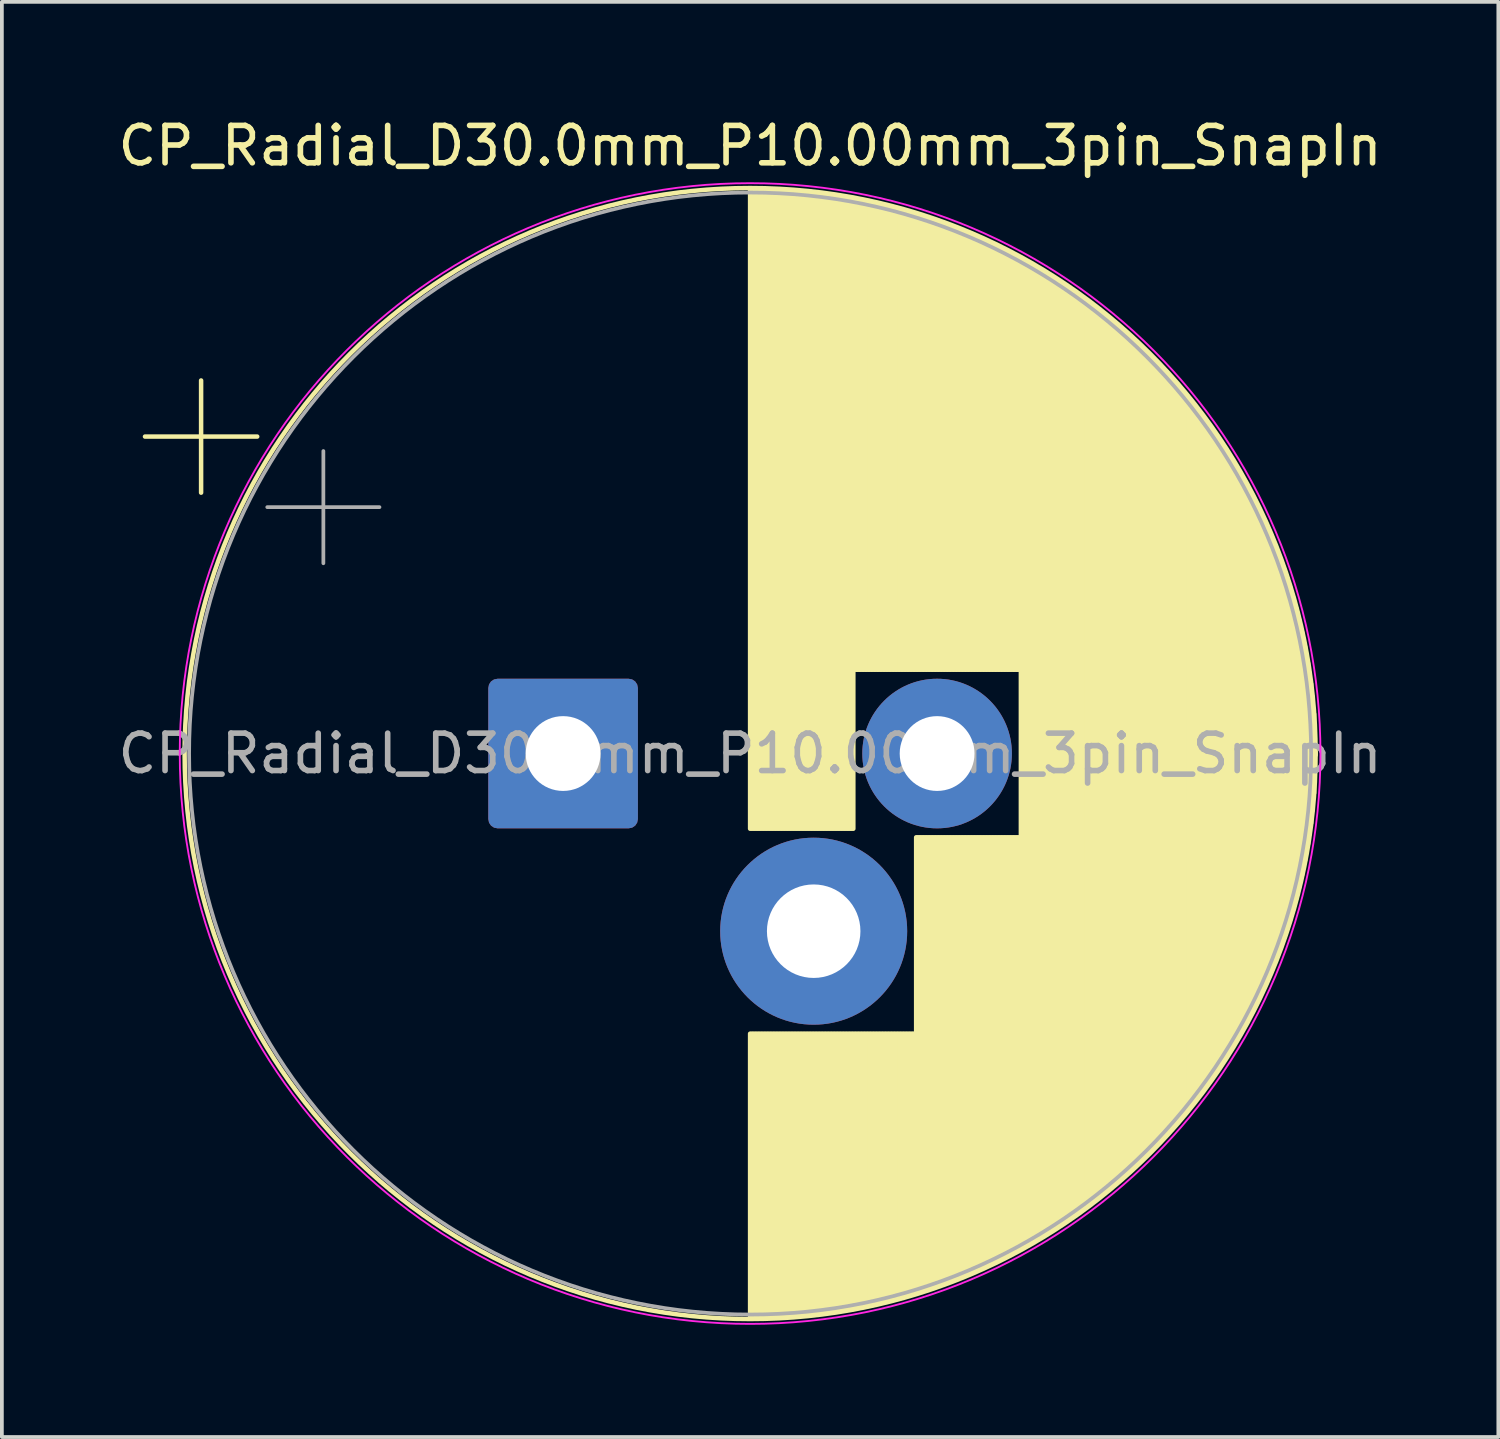
<source format=kicad_pcb>
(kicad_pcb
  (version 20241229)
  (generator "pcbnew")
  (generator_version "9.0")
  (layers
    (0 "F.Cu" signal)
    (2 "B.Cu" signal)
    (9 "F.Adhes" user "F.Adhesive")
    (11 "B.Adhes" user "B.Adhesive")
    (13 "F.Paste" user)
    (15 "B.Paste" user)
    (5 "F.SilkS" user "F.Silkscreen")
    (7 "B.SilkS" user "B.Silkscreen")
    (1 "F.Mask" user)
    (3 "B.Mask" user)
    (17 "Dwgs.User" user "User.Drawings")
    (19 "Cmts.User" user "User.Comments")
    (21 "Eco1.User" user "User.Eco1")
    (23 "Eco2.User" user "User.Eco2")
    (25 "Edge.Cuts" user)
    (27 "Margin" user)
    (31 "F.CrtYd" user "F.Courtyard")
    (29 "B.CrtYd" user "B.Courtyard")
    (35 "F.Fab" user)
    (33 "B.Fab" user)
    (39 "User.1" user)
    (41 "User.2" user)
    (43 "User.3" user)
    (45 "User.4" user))
  (footprint "CP_Radial_D30.0mm_P10.00mm_3pin_SnapIn"
    (layer "F.Cu")
    (at 12.006 17.098)
    (property "Reference" "CP_Radial_D30.0mm_P10.00mm_3pin_SnapIn" (at 5 -16.25 0) (layer "F.SilkS") (effects (font (size 1 1) (thickness 0.15))))
    (attr through_hole)
    (fp_line (start -11.179 -8.475) (end -8.179 -8.475) (stroke (width 0.12) (type solid)) (layer "F.SilkS"))
    (fp_line (start -9.679 -9.975) (end -9.679 -6.975) (stroke (width 0.12) (type solid)) (layer "F.SilkS"))
    (fp_line (start 5 -15.08) (end 5 2.01) (stroke (width 0.12) (type solid)) (layer "F.SilkS"))
    (fp_line (start 5 7.49) (end 5 15.08) (stroke (width 0.12) (type solid)) (layer "F.SilkS"))
    (fp_line (start 5.04 -15.08) (end 5.04 2.01) (stroke (width 0.12) (type solid)) (layer "F.SilkS"))
    (fp_line (start 5.04 7.49) (end 5.04 15.08) (stroke (width 0.12) (type solid)) (layer "F.SilkS"))
    (fp_line (start 5.08 -15.08) (end 5.08 2.01) (stroke (width 0.12) (type solid)) (layer "F.SilkS"))
    (fp_line (start 5.08 7.49) (end 5.08 15.08) (stroke (width 0.12) (type solid)) (layer "F.SilkS"))
    (fp_line (start 5.12 -15.08) (end 5.12 2.01) (stroke (width 0.12) (type solid)) (layer "F.SilkS"))
    (fp_line (start 5.12 7.49) (end 5.12 15.08) (stroke (width 0.12) (type solid)) (layer "F.SilkS"))
    (fp_line (start 5.16 -15.079) (end 5.16 2.01) (stroke (width 0.12) (type solid)) (layer "F.SilkS"))
    (fp_line (start 5.16 7.49) (end 5.16 15.079) (stroke (width 0.12) (type solid)) (layer "F.SilkS"))
    (fp_line (start 5.2 -15.079) (end 5.2 2.01) (stroke (width 0.12) (type solid)) (layer "F.SilkS"))
    (fp_line (start 5.2 7.49) (end 5.2 15.079) (stroke (width 0.12) (type solid)) (layer "F.SilkS"))
    (fp_line (start 5.24 -15.078) (end 5.24 2.01) (stroke (width 0.12) (type solid)) (layer "F.SilkS"))
    (fp_line (start 5.24 7.49) (end 5.24 15.078) (stroke (width 0.12) (type solid)) (layer "F.SilkS"))
    (fp_line (start 5.28 -15.077) (end 5.28 2.01) (stroke (width 0.12) (type solid)) (layer "F.SilkS"))
    (fp_line (start 5.28 7.49) (end 5.28 15.077) (stroke (width 0.12) (type solid)) (layer "F.SilkS"))
    (fp_line (start 5.32 -15.077) (end 5.32 2.01) (stroke (width 0.12) (type solid)) (layer "F.SilkS"))
    (fp_line (start 5.32 7.49) (end 5.32 15.077) (stroke (width 0.12) (type solid)) (layer "F.SilkS"))
    (fp_line (start 5.36 -15.076) (end 5.36 2.01) (stroke (width 0.12) (type solid)) (layer "F.SilkS"))
    (fp_line (start 5.36 7.49) (end 5.36 15.076) (stroke (width 0.12) (type solid)) (layer "F.SilkS"))
    (fp_line (start 5.4 -15.075) (end 5.4 2.01) (stroke (width 0.12) (type solid)) (layer "F.SilkS"))
    (fp_line (start 5.4 7.49) (end 5.4 15.075) (stroke (width 0.12) (type solid)) (layer "F.SilkS"))
    (fp_line (start 5.44 -15.074) (end 5.44 2.01) (stroke (width 0.12) (type solid)) (layer "F.SilkS"))
    (fp_line (start 5.44 7.49) (end 5.44 15.074) (stroke (width 0.12) (type solid)) (layer "F.SilkS"))
    (fp_line (start 5.48 -15.072) (end 5.48 2.01) (stroke (width 0.12) (type solid)) (layer "F.SilkS"))
    (fp_line (start 5.48 7.49) (end 5.48 15.072) (stroke (width 0.12) (type solid)) (layer "F.SilkS"))
    (fp_line (start 5.52 -15.071) (end 5.52 2.01) (stroke (width 0.12) (type solid)) (layer "F.SilkS"))
    (fp_line (start 5.52 7.49) (end 5.52 15.071) (stroke (width 0.12) (type solid)) (layer "F.SilkS"))
    (fp_line (start 5.56 -15.07) (end 5.56 2.01) (stroke (width 0.12) (type solid)) (layer "F.SilkS"))
    (fp_line (start 5.56 7.49) (end 5.56 15.07) (stroke (width 0.12) (type solid)) (layer "F.SilkS"))
    (fp_line (start 5.6 -15.068) (end 5.6 2.01) (stroke (width 0.12) (type solid)) (layer "F.SilkS"))
    (fp_line (start 5.6 7.49) (end 5.6 15.068) (stroke (width 0.12) (type solid)) (layer "F.SilkS"))
    (fp_line (start 5.64 -15.066) (end 5.64 2.01) (stroke (width 0.12) (type solid)) (layer "F.SilkS"))
    (fp_line (start 5.64 7.49) (end 5.64 15.066) (stroke (width 0.12) (type solid)) (layer "F.SilkS"))
    (fp_line (start 5.68 -15.065) (end 5.68 2.01) (stroke (width 0.12) (type solid)) (layer "F.SilkS"))
    (fp_line (start 5.68 7.49) (end 5.68 15.065) (stroke (width 0.12) (type solid)) (layer "F.SilkS"))
    (fp_line (start 5.72 -15.063) (end 5.72 2.01) (stroke (width 0.12) (type solid)) (layer "F.SilkS"))
    (fp_line (start 5.72 7.49) (end 5.72 15.063) (stroke (width 0.12) (type solid)) (layer "F.SilkS"))
    (fp_line (start 5.76 -15.061) (end 5.76 2.01) (stroke (width 0.12) (type solid)) (layer "F.SilkS"))
    (fp_line (start 5.76 7.49) (end 5.76 15.061) (stroke (width 0.12) (type solid)) (layer "F.SilkS"))
    (fp_line (start 5.8 -15.059) (end 5.8 2.01) (stroke (width 0.12) (type solid)) (layer "F.SilkS"))
    (fp_line (start 5.8 7.49) (end 5.8 15.059) (stroke (width 0.12) (type solid)) (layer "F.SilkS"))
    (fp_line (start 5.84 -15.057) (end 5.84 2.01) (stroke (width 0.12) (type solid)) (layer "F.SilkS"))
    (fp_line (start 5.84 7.49) (end 5.84 15.057) (stroke (width 0.12) (type solid)) (layer "F.SilkS"))
    (fp_line (start 5.88 -15.054) (end 5.88 2.01) (stroke (width 0.12) (type solid)) (layer "F.SilkS"))
    (fp_line (start 5.88 7.49) (end 5.88 15.054) (stroke (width 0.12) (type solid)) (layer "F.SilkS"))
    (fp_line (start 5.92 -15.052) (end 5.92 2.01) (stroke (width 0.12) (type solid)) (layer "F.SilkS"))
    (fp_line (start 5.92 7.49) (end 5.92 15.052) (stroke (width 0.12) (type solid)) (layer "F.SilkS"))
    (fp_line (start 5.96 -15.049) (end 5.96 2.01) (stroke (width 0.12) (type solid)) (layer "F.SilkS"))
    (fp_line (start 5.96 7.49) (end 5.96 15.049) (stroke (width 0.12) (type solid)) (layer "F.SilkS"))
    (fp_line (start 6 -15.047) (end 6 2.01) (stroke (width 0.12) (type solid)) (layer "F.SilkS"))
    (fp_line (start 6 7.49) (end 6 15.047) (stroke (width 0.12) (type solid)) (layer "F.SilkS"))
    (fp_line (start 6.04 -15.044) (end 6.04 2.01) (stroke (width 0.12) (type solid)) (layer "F.SilkS"))
    (fp_line (start 6.04 7.49) (end 6.04 15.044) (stroke (width 0.12) (type solid)) (layer "F.SilkS"))
    (fp_line (start 6.08 -15.041) (end 6.08 2.01) (stroke (width 0.12) (type solid)) (layer "F.SilkS"))
    (fp_line (start 6.08 7.49) (end 6.08 15.041) (stroke (width 0.12) (type solid)) (layer "F.SilkS"))
    (fp_line (start 6.12 -15.038) (end 6.12 2.01) (stroke (width 0.12) (type solid)) (layer "F.SilkS"))
    (fp_line (start 6.12 7.49) (end 6.12 15.038) (stroke (width 0.12) (type solid)) (layer "F.SilkS"))
    (fp_line (start 6.16 -15.035) (end 6.16 2.01) (stroke (width 0.12) (type solid)) (layer "F.SilkS"))
    (fp_line (start 6.16 7.49) (end 6.16 15.035) (stroke (width 0.12) (type solid)) (layer "F.SilkS"))
    (fp_line (start 6.2 -15.032) (end 6.2 2.01) (stroke (width 0.12) (type solid)) (layer "F.SilkS"))
    (fp_line (start 6.2 7.49) (end 6.2 15.032) (stroke (width 0.12) (type solid)) (layer "F.SilkS"))
    (fp_line (start 6.24 -15.029) (end 6.24 2.01) (stroke (width 0.12) (type solid)) (layer "F.SilkS"))
    (fp_line (start 6.24 7.49) (end 6.24 15.029) (stroke (width 0.12) (type solid)) (layer "F.SilkS"))
    (fp_line (start 6.28 -15.026) (end 6.28 2.01) (stroke (width 0.12) (type solid)) (layer "F.SilkS"))
    (fp_line (start 6.28 7.49) (end 6.28 15.026) (stroke (width 0.12) (type solid)) (layer "F.SilkS"))
    (fp_line (start 6.32 -15.022) (end 6.32 2.01) (stroke (width 0.12) (type solid)) (layer "F.SilkS"))
    (fp_line (start 6.32 7.49) (end 6.32 15.022) (stroke (width 0.12) (type solid)) (layer "F.SilkS"))
    (fp_line (start 6.36 -15.019) (end 6.36 2.01) (stroke (width 0.12) (type solid)) (layer "F.SilkS"))
    (fp_line (start 6.36 7.49) (end 6.36 15.019) (stroke (width 0.12) (type solid)) (layer "F.SilkS"))
    (fp_line (start 6.4 -15.015) (end 6.4 2.01) (stroke (width 0.12) (type solid)) (layer "F.SilkS"))
    (fp_line (start 6.4 7.49) (end 6.4 15.015) (stroke (width 0.12) (type solid)) (layer "F.SilkS"))
    (fp_line (start 6.44 -15.011) (end 6.44 2.01) (stroke (width 0.12) (type solid)) (layer "F.SilkS"))
    (fp_line (start 6.44 7.49) (end 6.44 15.011) (stroke (width 0.12) (type solid)) (layer "F.SilkS"))
    (fp_line (start 6.48 -15.007) (end 6.48 2.01) (stroke (width 0.12) (type solid)) (layer "F.SilkS"))
    (fp_line (start 6.48 7.49) (end 6.48 15.007) (stroke (width 0.12) (type solid)) (layer "F.SilkS"))
    (fp_line (start 6.52 -15.003) (end 6.52 2.01) (stroke (width 0.12) (type solid)) (layer "F.SilkS"))
    (fp_line (start 6.52 7.49) (end 6.52 15.003) (stroke (width 0.12) (type solid)) (layer "F.SilkS"))
    (fp_line (start 6.56 -14.999) (end 6.56 2.01) (stroke (width 0.12) (type solid)) (layer "F.SilkS"))
    (fp_line (start 6.56 7.49) (end 6.56 14.999) (stroke (width 0.12) (type solid)) (layer "F.SilkS"))
    (fp_line (start 6.6 -14.995) (end 6.6 2.01) (stroke (width 0.12) (type solid)) (layer "F.SilkS"))
    (fp_line (start 6.6 7.49) (end 6.6 14.995) (stroke (width 0.12) (type solid)) (layer "F.SilkS"))
    (fp_line (start 6.64 -14.991) (end 6.64 2.01) (stroke (width 0.12) (type solid)) (layer "F.SilkS"))
    (fp_line (start 6.64 7.49) (end 6.64 14.991) (stroke (width 0.12) (type solid)) (layer "F.SilkS"))
    (fp_line (start 6.68 -14.986) (end 6.68 2.01) (stroke (width 0.12) (type solid)) (layer "F.SilkS"))
    (fp_line (start 6.68 7.49) (end 6.68 14.986) (stroke (width 0.12) (type solid)) (layer "F.SilkS"))
    (fp_line (start 6.72 -14.982) (end 6.72 2.01) (stroke (width 0.12) (type solid)) (layer "F.SilkS"))
    (fp_line (start 6.72 7.49) (end 6.72 14.982) (stroke (width 0.12) (type solid)) (layer "F.SilkS"))
    (fp_line (start 6.76 -14.977) (end 6.76 2.01) (stroke (width 0.12) (type solid)) (layer "F.SilkS"))
    (fp_line (start 6.76 7.49) (end 6.76 14.977) (stroke (width 0.12) (type solid)) (layer "F.SilkS"))
    (fp_line (start 6.8 -14.972) (end 6.8 2.01) (stroke (width 0.12) (type solid)) (layer "F.SilkS"))
    (fp_line (start 6.8 7.49) (end 6.8 14.972) (stroke (width 0.12) (type solid)) (layer "F.SilkS"))
    (fp_line (start 6.84 -14.968) (end 6.84 2.01) (stroke (width 0.12) (type solid)) (layer "F.SilkS"))
    (fp_line (start 6.84 7.49) (end 6.84 14.968) (stroke (width 0.12) (type solid)) (layer "F.SilkS"))
    (fp_line (start 6.88 -14.963) (end 6.88 2.01) (stroke (width 0.12) (type solid)) (layer "F.SilkS"))
    (fp_line (start 6.88 7.49) (end 6.88 14.963) (stroke (width 0.12) (type solid)) (layer "F.SilkS"))
    (fp_line (start 6.92 -14.958) (end 6.92 2.01) (stroke (width 0.12) (type solid)) (layer "F.SilkS"))
    (fp_line (start 6.92 7.49) (end 6.92 14.958) (stroke (width 0.12) (type solid)) (layer "F.SilkS"))
    (fp_line (start 6.96 -14.952) (end 6.96 2.01) (stroke (width 0.12) (type solid)) (layer "F.SilkS"))
    (fp_line (start 6.96 7.49) (end 6.96 14.952) (stroke (width 0.12) (type solid)) (layer "F.SilkS"))
    (fp_line (start 7 -14.947) (end 7 2.01) (stroke (width 0.12) (type solid)) (layer "F.SilkS"))
    (fp_line (start 7 7.49) (end 7 14.947) (stroke (width 0.12) (type solid)) (layer "F.SilkS"))
    (fp_line (start 7.04 -14.942) (end 7.04 2.01) (stroke (width 0.12) (type solid)) (layer "F.SilkS"))
    (fp_line (start 7.04 7.49) (end 7.04 14.942) (stroke (width 0.12) (type solid)) (layer "F.SilkS"))
    (fp_line (start 7.08 -14.936) (end 7.08 2.01) (stroke (width 0.12) (type solid)) (layer "F.SilkS"))
    (fp_line (start 7.08 7.49) (end 7.08 14.936) (stroke (width 0.12) (type solid)) (layer "F.SilkS"))
    (fp_line (start 7.12 -14.931) (end 7.12 2.01) (stroke (width 0.12) (type solid)) (layer "F.SilkS"))
    (fp_line (start 7.12 7.49) (end 7.12 14.931) (stroke (width 0.12) (type solid)) (layer "F.SilkS"))
    (fp_line (start 7.16 -14.925) (end 7.16 2.01) (stroke (width 0.12) (type solid)) (layer "F.SilkS"))
    (fp_line (start 7.16 7.49) (end 7.16 14.925) (stroke (width 0.12) (type solid)) (layer "F.SilkS"))
    (fp_line (start 7.2 -14.919) (end 7.2 2.01) (stroke (width 0.12) (type solid)) (layer "F.SilkS"))
    (fp_line (start 7.2 7.49) (end 7.2 14.919) (stroke (width 0.12) (type solid)) (layer "F.SilkS"))
    (fp_line (start 7.24 -14.913) (end 7.24 2.01) (stroke (width 0.12) (type solid)) (layer "F.SilkS"))
    (fp_line (start 7.24 7.49) (end 7.24 14.913) (stroke (width 0.12) (type solid)) (layer "F.SilkS"))
    (fp_line (start 7.28 -14.907) (end 7.28 2.01) (stroke (width 0.12) (type solid)) (layer "F.SilkS"))
    (fp_line (start 7.28 7.49) (end 7.28 14.907) (stroke (width 0.12) (type solid)) (layer "F.SilkS"))
    (fp_line (start 7.32 -14.901) (end 7.32 2.01) (stroke (width 0.12) (type solid)) (layer "F.SilkS"))
    (fp_line (start 7.32 7.49) (end 7.32 14.901) (stroke (width 0.12) (type solid)) (layer "F.SilkS"))
    (fp_line (start 7.36 -14.895) (end 7.36 2.01) (stroke (width 0.12) (type solid)) (layer "F.SilkS"))
    (fp_line (start 7.36 7.49) (end 7.36 14.895) (stroke (width 0.12) (type solid)) (layer "F.SilkS"))
    (fp_line (start 7.4 -14.888) (end 7.4 2.01) (stroke (width 0.12) (type solid)) (layer "F.SilkS"))
    (fp_line (start 7.4 7.49) (end 7.4 14.888) (stroke (width 0.12) (type solid)) (layer "F.SilkS"))
    (fp_line (start 7.44 -14.882) (end 7.44 2.01) (stroke (width 0.12) (type solid)) (layer "F.SilkS"))
    (fp_line (start 7.44 7.49) (end 7.44 14.882) (stroke (width 0.12) (type solid)) (layer "F.SilkS"))
    (fp_line (start 7.48 -14.875) (end 7.48 2.01) (stroke (width 0.12) (type solid)) (layer "F.SilkS"))
    (fp_line (start 7.48 7.49) (end 7.48 14.875) (stroke (width 0.12) (type solid)) (layer "F.SilkS"))
    (fp_line (start 7.52 -14.869) (end 7.52 2.01) (stroke (width 0.12) (type solid)) (layer "F.SilkS"))
    (fp_line (start 7.52 7.49) (end 7.52 14.869) (stroke (width 0.12) (type solid)) (layer "F.SilkS"))
    (fp_line (start 7.56 -14.862) (end 7.56 2.01) (stroke (width 0.12) (type solid)) (layer "F.SilkS"))
    (fp_line (start 7.56 7.49) (end 7.56 14.862) (stroke (width 0.12) (type solid)) (layer "F.SilkS"))
    (fp_line (start 7.6 -14.855) (end 7.6 2.01) (stroke (width 0.12) (type solid)) (layer "F.SilkS"))
    (fp_line (start 7.6 7.49) (end 7.6 14.855) (stroke (width 0.12) (type solid)) (layer "F.SilkS"))
    (fp_line (start 7.64 -14.848) (end 7.64 2.01) (stroke (width 0.12) (type solid)) (layer "F.SilkS"))
    (fp_line (start 7.64 7.49) (end 7.64 14.848) (stroke (width 0.12) (type solid)) (layer "F.SilkS"))
    (fp_line (start 7.68 -14.841) (end 7.68 2.01) (stroke (width 0.12) (type solid)) (layer "F.SilkS"))
    (fp_line (start 7.68 7.49) (end 7.68 14.841) (stroke (width 0.12) (type solid)) (layer "F.SilkS"))
    (fp_line (start 7.72 -14.833) (end 7.72 2.01) (stroke (width 0.12) (type solid)) (layer "F.SilkS"))
    (fp_line (start 7.72 7.49) (end 7.72 14.833) (stroke (width 0.12) (type solid)) (layer "F.SilkS"))
    (fp_line (start 7.76 -14.826) (end 7.76 2.01) (stroke (width 0.12) (type solid)) (layer "F.SilkS"))
    (fp_line (start 7.76 7.49) (end 7.76 14.826) (stroke (width 0.12) (type solid)) (layer "F.SilkS"))
    (fp_line (start 7.8 -14.818) (end 7.8 -2.24) (stroke (width 0.12) (type solid)) (layer "F.SilkS"))
    (fp_line (start 7.8 7.49) (end 7.8 14.818) (stroke (width 0.12) (type solid)) (layer "F.SilkS"))
    (fp_line (start 7.84 -14.811) (end 7.84 -2.24) (stroke (width 0.12) (type solid)) (layer "F.SilkS"))
    (fp_line (start 7.84 7.49) (end 7.84 14.811) (stroke (width 0.12) (type solid)) (layer "F.SilkS"))
    (fp_line (start 7.88 -14.803) (end 7.88 -2.24) (stroke (width 0.12) (type solid)) (layer "F.SilkS"))
    (fp_line (start 7.88 7.49) (end 7.88 14.803) (stroke (width 0.12) (type solid)) (layer "F.SilkS"))
    (fp_line (start 7.92 -14.795) (end 7.92 -2.24) (stroke (width 0.12) (type solid)) (layer "F.SilkS"))
    (fp_line (start 7.92 7.49) (end 7.92 14.795) (stroke (width 0.12) (type solid)) (layer "F.SilkS"))
    (fp_line (start 7.96 -14.787) (end 7.96 -2.24) (stroke (width 0.12) (type solid)) (layer "F.SilkS"))
    (fp_line (start 7.96 7.49) (end 7.96 14.787) (stroke (width 0.12) (type solid)) (layer "F.SilkS"))
    (fp_line (start 8 -14.779) (end 8 -2.24) (stroke (width 0.12) (type solid)) (layer "F.SilkS"))
    (fp_line (start 8 7.49) (end 8 14.779) (stroke (width 0.12) (type solid)) (layer "F.SilkS"))
    (fp_line (start 8.04 -14.771) (end 8.04 -2.24) (stroke (width 0.12) (type solid)) (layer "F.SilkS"))
    (fp_line (start 8.04 7.49) (end 8.04 14.771) (stroke (width 0.12) (type solid)) (layer "F.SilkS"))
    (fp_line (start 8.08 -14.763) (end 8.08 -2.24) (stroke (width 0.12) (type solid)) (layer "F.SilkS"))
    (fp_line (start 8.08 7.49) (end 8.08 14.763) (stroke (width 0.12) (type solid)) (layer "F.SilkS"))
    (fp_line (start 8.12 -14.755) (end 8.12 -2.24) (stroke (width 0.12) (type solid)) (layer "F.SilkS"))
    (fp_line (start 8.12 7.49) (end 8.12 14.755) (stroke (width 0.12) (type solid)) (layer "F.SilkS"))
    (fp_line (start 8.16 -14.746) (end 8.16 -2.24) (stroke (width 0.12) (type solid)) (layer "F.SilkS"))
    (fp_line (start 8.16 7.49) (end 8.16 14.746) (stroke (width 0.12) (type solid)) (layer "F.SilkS"))
    (fp_line (start 8.2 -14.737) (end 8.2 -2.24) (stroke (width 0.12) (type solid)) (layer "F.SilkS"))
    (fp_line (start 8.2 7.49) (end 8.2 14.737) (stroke (width 0.12) (type solid)) (layer "F.SilkS"))
    (fp_line (start 8.24 -14.729) (end 8.24 -2.24) (stroke (width 0.12) (type solid)) (layer "F.SilkS"))
    (fp_line (start 8.24 7.49) (end 8.24 14.729) (stroke (width 0.12) (type solid)) (layer "F.SilkS"))
    (fp_line (start 8.28 -14.72) (end 8.28 -2.24) (stroke (width 0.12) (type solid)) (layer "F.SilkS"))
    (fp_line (start 8.28 7.49) (end 8.28 14.72) (stroke (width 0.12) (type solid)) (layer "F.SilkS"))
    (fp_line (start 8.32 -14.711) (end 8.32 -2.24) (stroke (width 0.12) (type solid)) (layer "F.SilkS"))
    (fp_line (start 8.32 7.49) (end 8.32 14.711) (stroke (width 0.12) (type solid)) (layer "F.SilkS"))
    (fp_line (start 8.36 -14.702) (end 8.36 -2.24) (stroke (width 0.12) (type solid)) (layer "F.SilkS"))
    (fp_line (start 8.36 7.49) (end 8.36 14.702) (stroke (width 0.12) (type solid)) (layer "F.SilkS"))
    (fp_line (start 8.4 -14.693) (end 8.4 -2.24) (stroke (width 0.12) (type solid)) (layer "F.SilkS"))
    (fp_line (start 8.4 7.49) (end 8.4 14.693) (stroke (width 0.12) (type solid)) (layer "F.SilkS"))
    (fp_line (start 8.44 -14.683) (end 8.44 -2.24) (stroke (width 0.12) (type solid)) (layer "F.SilkS"))
    (fp_line (start 8.44 7.49) (end 8.44 14.683) (stroke (width 0.12) (type solid)) (layer "F.SilkS"))
    (fp_line (start 8.48 -14.674) (end 8.48 -2.24) (stroke (width 0.12) (type solid)) (layer "F.SilkS"))
    (fp_line (start 8.48 7.49) (end 8.48 14.674) (stroke (width 0.12) (type solid)) (layer "F.SilkS"))
    (fp_line (start 8.52 -14.665) (end 8.52 -2.24) (stroke (width 0.12) (type solid)) (layer "F.SilkS"))
    (fp_line (start 8.52 7.49) (end 8.52 14.665) (stroke (width 0.12) (type solid)) (layer "F.SilkS"))
    (fp_line (start 8.56 -14.655) (end 8.56 -2.24) (stroke (width 0.12) (type solid)) (layer "F.SilkS"))
    (fp_line (start 8.56 7.49) (end 8.56 14.655) (stroke (width 0.12) (type solid)) (layer "F.SilkS"))
    (fp_line (start 8.6 -14.645) (end 8.6 -2.24) (stroke (width 0.12) (type solid)) (layer "F.SilkS"))
    (fp_line (start 8.6 7.49) (end 8.6 14.645) (stroke (width 0.12) (type solid)) (layer "F.SilkS"))
    (fp_line (start 8.64 -14.635) (end 8.64 -2.24) (stroke (width 0.12) (type solid)) (layer "F.SilkS"))
    (fp_line (start 8.64 7.49) (end 8.64 14.635) (stroke (width 0.12) (type solid)) (layer "F.SilkS"))
    (fp_line (start 8.68 -14.625) (end 8.68 -2.24) (stroke (width 0.12) (type solid)) (layer "F.SilkS"))
    (fp_line (start 8.68 7.49) (end 8.68 14.625) (stroke (width 0.12) (type solid)) (layer "F.SilkS"))
    (fp_line (start 8.72 -14.615) (end 8.72 -2.24) (stroke (width 0.12) (type solid)) (layer "F.SilkS"))
    (fp_line (start 8.72 7.49) (end 8.72 14.615) (stroke (width 0.12) (type solid)) (layer "F.SilkS"))
    (fp_line (start 8.76 -14.605) (end 8.76 -2.24) (stroke (width 0.12) (type solid)) (layer "F.SilkS"))
    (fp_line (start 8.76 7.49) (end 8.76 14.605) (stroke (width 0.12) (type solid)) (layer "F.SilkS"))
    (fp_line (start 8.8 -14.595) (end 8.8 -2.24) (stroke (width 0.12) (type solid)) (layer "F.SilkS"))
    (fp_line (start 8.8 7.49) (end 8.8 14.595) (stroke (width 0.12) (type solid)) (layer "F.SilkS"))
    (fp_line (start 8.84 -14.584) (end 8.84 -2.24) (stroke (width 0.12) (type solid)) (layer "F.SilkS"))
    (fp_line (start 8.84 7.49) (end 8.84 14.584) (stroke (width 0.12) (type solid)) (layer "F.SilkS"))
    (fp_line (start 8.88 -14.574) (end 8.88 -2.24) (stroke (width 0.12) (type solid)) (layer "F.SilkS"))
    (fp_line (start 8.88 7.49) (end 8.88 14.574) (stroke (width 0.12) (type solid)) (layer "F.SilkS"))
    (fp_line (start 8.92 -14.563) (end 8.92 -2.24) (stroke (width 0.12) (type solid)) (layer "F.SilkS"))
    (fp_line (start 8.92 7.49) (end 8.92 14.563) (stroke (width 0.12) (type solid)) (layer "F.SilkS"))
    (fp_line (start 8.96 -14.552) (end 8.96 -2.24) (stroke (width 0.12) (type solid)) (layer "F.SilkS"))
    (fp_line (start 8.96 7.49) (end 8.96 14.552) (stroke (width 0.12) (type solid)) (layer "F.SilkS"))
    (fp_line (start 9 -14.541) (end 9 -2.24) (stroke (width 0.12) (type solid)) (layer "F.SilkS"))
    (fp_line (start 9 7.49) (end 9 14.541) (stroke (width 0.12) (type solid)) (layer "F.SilkS"))
    (fp_line (start 9.04 -14.53) (end 9.04 -2.24) (stroke (width 0.12) (type solid)) (layer "F.SilkS"))
    (fp_line (start 9.04 7.49) (end 9.04 14.53) (stroke (width 0.12) (type solid)) (layer "F.SilkS"))
    (fp_line (start 9.08 -14.519) (end 9.08 -2.24) (stroke (width 0.12) (type solid)) (layer "F.SilkS"))
    (fp_line (start 9.08 7.49) (end 9.08 14.519) (stroke (width 0.12) (type solid)) (layer "F.SilkS"))
    (fp_line (start 9.12 -14.508) (end 9.12 -2.24) (stroke (width 0.12) (type solid)) (layer "F.SilkS"))
    (fp_line (start 9.12 7.49) (end 9.12 14.508) (stroke (width 0.12) (type solid)) (layer "F.SilkS"))
    (fp_line (start 9.16 -14.496) (end 9.16 -2.24) (stroke (width 0.12) (type solid)) (layer "F.SilkS"))
    (fp_line (start 9.16 7.49) (end 9.16 14.496) (stroke (width 0.12) (type solid)) (layer "F.SilkS"))
    (fp_line (start 9.2 -14.485) (end 9.2 -2.24) (stroke (width 0.12) (type solid)) (layer "F.SilkS"))
    (fp_line (start 9.2 7.49) (end 9.2 14.485) (stroke (width 0.12) (type solid)) (layer "F.SilkS"))
    (fp_line (start 9.24 -14.473) (end 9.24 -2.24) (stroke (width 0.12) (type solid)) (layer "F.SilkS"))
    (fp_line (start 9.24 7.49) (end 9.24 14.473) (stroke (width 0.12) (type solid)) (layer "F.SilkS"))
    (fp_line (start 9.28 -14.462) (end 9.28 -2.24) (stroke (width 0.12) (type solid)) (layer "F.SilkS"))
    (fp_line (start 9.28 7.49) (end 9.28 14.462) (stroke (width 0.12) (type solid)) (layer "F.SilkS"))
    (fp_line (start 9.32 -14.45) (end 9.32 -2.24) (stroke (width 0.12) (type solid)) (layer "F.SilkS"))
    (fp_line (start 9.32 7.49) (end 9.32 14.45) (stroke (width 0.12) (type solid)) (layer "F.SilkS"))
    (fp_line (start 9.36 -14.438) (end 9.36 -2.24) (stroke (width 0.12) (type solid)) (layer "F.SilkS"))
    (fp_line (start 9.36 7.49) (end 9.36 14.438) (stroke (width 0.12) (type solid)) (layer "F.SilkS"))
    (fp_line (start 9.4 -14.426) (end 9.4 -2.24) (stroke (width 0.12) (type solid)) (layer "F.SilkS"))
    (fp_line (start 9.4 7.49) (end 9.4 14.426) (stroke (width 0.12) (type solid)) (layer "F.SilkS"))
    (fp_line (start 9.44 -14.413) (end 9.44 -2.24) (stroke (width 0.12) (type solid)) (layer "F.SilkS"))
    (fp_line (start 9.44 2.24) (end 9.44 14.413) (stroke (width 0.12) (type solid)) (layer "F.SilkS"))
    (fp_line (start 9.48 -14.401) (end 9.48 -2.24) (stroke (width 0.12) (type solid)) (layer "F.SilkS"))
    (fp_line (start 9.48 2.24) (end 9.48 14.401) (stroke (width 0.12) (type solid)) (layer "F.SilkS"))
    (fp_line (start 9.52 -14.389) (end 9.52 -2.24) (stroke (width 0.12) (type solid)) (layer "F.SilkS"))
    (fp_line (start 9.52 2.24) (end 9.52 14.389) (stroke (width 0.12) (type solid)) (layer "F.SilkS"))
    (fp_line (start 9.56 -14.376) (end 9.56 -2.24) (stroke (width 0.12) (type solid)) (layer "F.SilkS"))
    (fp_line (start 9.56 2.24) (end 9.56 14.376) (stroke (width 0.12) (type solid)) (layer "F.SilkS"))
    (fp_line (start 9.6 -14.363) (end 9.6 -2.24) (stroke (width 0.12) (type solid)) (layer "F.SilkS"))
    (fp_line (start 9.6 2.24) (end 9.6 14.363) (stroke (width 0.12) (type solid)) (layer "F.SilkS"))
    (fp_line (start 9.64 -14.35) (end 9.64 -2.24) (stroke (width 0.12) (type solid)) (layer "F.SilkS"))
    (fp_line (start 9.64 2.24) (end 9.64 14.35) (stroke (width 0.12) (type solid)) (layer "F.SilkS"))
    (fp_line (start 9.68 -14.337) (end 9.68 -2.24) (stroke (width 0.12) (type solid)) (layer "F.SilkS"))
    (fp_line (start 9.68 2.24) (end 9.68 14.337) (stroke (width 0.12) (type solid)) (layer "F.SilkS"))
    (fp_line (start 9.72 -14.324) (end 9.72 -2.24) (stroke (width 0.12) (type solid)) (layer "F.SilkS"))
    (fp_line (start 9.72 2.24) (end 9.72 14.324) (stroke (width 0.12) (type solid)) (layer "F.SilkS"))
    (fp_line (start 9.76 -14.311) (end 9.76 -2.24) (stroke (width 0.12) (type solid)) (layer "F.SilkS"))
    (fp_line (start 9.76 2.24) (end 9.76 14.311) (stroke (width 0.12) (type solid)) (layer "F.SilkS"))
    (fp_line (start 9.8 -14.298) (end 9.8 -2.24) (stroke (width 0.12) (type solid)) (layer "F.SilkS"))
    (fp_line (start 9.8 2.24) (end 9.8 14.298) (stroke (width 0.12) (type solid)) (layer "F.SilkS"))
    (fp_line (start 9.84 -14.284) (end 9.84 -2.24) (stroke (width 0.12) (type solid)) (layer "F.SilkS"))
    (fp_line (start 9.84 2.24) (end 9.84 14.284) (stroke (width 0.12) (type solid)) (layer "F.SilkS"))
    (fp_line (start 9.88 -14.271) (end 9.88 -2.24) (stroke (width 0.12) (type solid)) (layer "F.SilkS"))
    (fp_line (start 9.88 2.24) (end 9.88 14.271) (stroke (width 0.12) (type solid)) (layer "F.SilkS"))
    (fp_line (start 9.92 -14.257) (end 9.92 -2.24) (stroke (width 0.12) (type solid)) (layer "F.SilkS"))
    (fp_line (start 9.92 2.24) (end 9.92 14.257) (stroke (width 0.12) (type solid)) (layer "F.SilkS"))
    (fp_line (start 9.96 -14.243) (end 9.96 -2.24) (stroke (width 0.12) (type solid)) (layer "F.SilkS"))
    (fp_line (start 9.96 2.24) (end 9.96 14.243) (stroke (width 0.12) (type solid)) (layer "F.SilkS"))
    (fp_line (start 10 -14.229) (end 10 -2.24) (stroke (width 0.12) (type solid)) (layer "F.SilkS"))
    (fp_line (start 10 2.24) (end 10 14.229) (stroke (width 0.12) (type solid)) (layer "F.SilkS"))
    (fp_line (start 10.04 -14.215) (end 10.04 -2.24) (stroke (width 0.12) (type solid)) (layer "F.SilkS"))
    (fp_line (start 10.04 2.24) (end 10.04 14.215) (stroke (width 0.12) (type solid)) (layer "F.SilkS"))
    (fp_line (start 10.08 -14.201) (end 10.08 -2.24) (stroke (width 0.12) (type solid)) (layer "F.SilkS"))
    (fp_line (start 10.08 2.24) (end 10.08 14.201) (stroke (width 0.12) (type solid)) (layer "F.SilkS"))
    (fp_line (start 10.12 -14.187) (end 10.12 -2.24) (stroke (width 0.12) (type solid)) (layer "F.SilkS"))
    (fp_line (start 10.12 2.24) (end 10.12 14.187) (stroke (width 0.12) (type solid)) (layer "F.SilkS"))
    (fp_line (start 10.16 -14.172) (end 10.16 -2.24) (stroke (width 0.12) (type solid)) (layer "F.SilkS"))
    (fp_line (start 10.16 2.24) (end 10.16 14.172) (stroke (width 0.12) (type solid)) (layer "F.SilkS"))
    (fp_line (start 10.2 -14.158) (end 10.2 -2.24) (stroke (width 0.12) (type solid)) (layer "F.SilkS"))
    (fp_line (start 10.2 2.24) (end 10.2 14.158) (stroke (width 0.12) (type solid)) (layer "F.SilkS"))
    (fp_line (start 10.24 -14.143) (end 10.24 -2.24) (stroke (width 0.12) (type solid)) (layer "F.SilkS"))
    (fp_line (start 10.24 2.24) (end 10.24 14.143) (stroke (width 0.12) (type solid)) (layer "F.SilkS"))
    (fp_line (start 10.28 -14.128) (end 10.28 -2.24) (stroke (width 0.12) (type solid)) (layer "F.SilkS"))
    (fp_line (start 10.28 2.24) (end 10.28 14.128) (stroke (width 0.12) (type solid)) (layer "F.SilkS"))
    (fp_line (start 10.32 -14.113) (end 10.32 -2.24) (stroke (width 0.12) (type solid)) (layer "F.SilkS"))
    (fp_line (start 10.32 2.24) (end 10.32 14.113) (stroke (width 0.12) (type solid)) (layer "F.SilkS"))
    (fp_line (start 10.36 -14.098) (end 10.36 -2.24) (stroke (width 0.12) (type solid)) (layer "F.SilkS"))
    (fp_line (start 10.36 2.24) (end 10.36 14.098) (stroke (width 0.12) (type solid)) (layer "F.SilkS"))
    (fp_line (start 10.4 -14.083) (end 10.4 -2.24) (stroke (width 0.12) (type solid)) (layer "F.SilkS"))
    (fp_line (start 10.4 2.24) (end 10.4 14.083) (stroke (width 0.12) (type solid)) (layer "F.SilkS"))
    (fp_line (start 10.44 -14.067) (end 10.44 -2.24) (stroke (width 0.12) (type solid)) (layer "F.SilkS"))
    (fp_line (start 10.44 2.24) (end 10.44 14.067) (stroke (width 0.12) (type solid)) (layer "F.SilkS"))
    (fp_line (start 10.48 -14.052) (end 10.48 -2.24) (stroke (width 0.12) (type solid)) (layer "F.SilkS"))
    (fp_line (start 10.48 2.24) (end 10.48 14.052) (stroke (width 0.12) (type solid)) (layer "F.SilkS"))
    (fp_line (start 10.52 -14.036) (end 10.52 -2.24) (stroke (width 0.12) (type solid)) (layer "F.SilkS"))
    (fp_line (start 10.52 2.24) (end 10.52 14.036) (stroke (width 0.12) (type solid)) (layer "F.SilkS"))
    (fp_line (start 10.56 -14.021) (end 10.56 -2.24) (stroke (width 0.12) (type solid)) (layer "F.SilkS"))
    (fp_line (start 10.56 2.24) (end 10.56 14.021) (stroke (width 0.12) (type solid)) (layer "F.SilkS"))
    (fp_line (start 10.6 -14.005) (end 10.6 -2.24) (stroke (width 0.12) (type solid)) (layer "F.SilkS"))
    (fp_line (start 10.6 2.24) (end 10.6 14.005) (stroke (width 0.12) (type solid)) (layer "F.SilkS"))
    (fp_line (start 10.64 -13.989) (end 10.64 -2.24) (stroke (width 0.12) (type solid)) (layer "F.SilkS"))
    (fp_line (start 10.64 2.24) (end 10.64 13.989) (stroke (width 0.12) (type solid)) (layer "F.SilkS"))
    (fp_line (start 10.68 -13.973) (end 10.68 -2.24) (stroke (width 0.12) (type solid)) (layer "F.SilkS"))
    (fp_line (start 10.68 2.24) (end 10.68 13.973) (stroke (width 0.12) (type solid)) (layer "F.SilkS"))
    (fp_line (start 10.72 -13.956) (end 10.72 -2.24) (stroke (width 0.12) (type solid)) (layer "F.SilkS"))
    (fp_line (start 10.72 2.24) (end 10.72 13.956) (stroke (width 0.12) (type solid)) (layer "F.SilkS"))
    (fp_line (start 10.76 -13.94) (end 10.76 -2.24) (stroke (width 0.12) (type solid)) (layer "F.SilkS"))
    (fp_line (start 10.76 2.24) (end 10.76 13.94) (stroke (width 0.12) (type solid)) (layer "F.SilkS"))
    (fp_line (start 10.8 -13.923) (end 10.8 -2.24) (stroke (width 0.12) (type solid)) (layer "F.SilkS"))
    (fp_line (start 10.8 2.24) (end 10.8 13.923) (stroke (width 0.12) (type solid)) (layer "F.SilkS"))
    (fp_line (start 10.84 -13.907) (end 10.84 -2.24) (stroke (width 0.12) (type solid)) (layer "F.SilkS"))
    (fp_line (start 10.84 2.24) (end 10.84 13.907) (stroke (width 0.12) (type solid)) (layer "F.SilkS"))
    (fp_line (start 10.88 -13.89) (end 10.88 -2.24) (stroke (width 0.12) (type solid)) (layer "F.SilkS"))
    (fp_line (start 10.88 2.24) (end 10.88 13.89) (stroke (width 0.12) (type solid)) (layer "F.SilkS"))
    (fp_line (start 10.92 -13.873) (end 10.92 -2.24) (stroke (width 0.12) (type solid)) (layer "F.SilkS"))
    (fp_line (start 10.92 2.24) (end 10.92 13.873) (stroke (width 0.12) (type solid)) (layer "F.SilkS"))
    (fp_line (start 10.96 -13.856) (end 10.96 -2.24) (stroke (width 0.12) (type solid)) (layer "F.SilkS"))
    (fp_line (start 10.96 2.24) (end 10.96 13.856) (stroke (width 0.12) (type solid)) (layer "F.SilkS"))
    (fp_line (start 11 -13.839) (end 11 -2.24) (stroke (width 0.12) (type solid)) (layer "F.SilkS"))
    (fp_line (start 11 2.24) (end 11 13.839) (stroke (width 0.12) (type solid)) (layer "F.SilkS"))
    (fp_line (start 11.04 -13.821) (end 11.04 -2.24) (stroke (width 0.12) (type solid)) (layer "F.SilkS"))
    (fp_line (start 11.04 2.24) (end 11.04 13.821) (stroke (width 0.12) (type solid)) (layer "F.SilkS"))
    (fp_line (start 11.08 -13.804) (end 11.08 -2.24) (stroke (width 0.12) (type solid)) (layer "F.SilkS"))
    (fp_line (start 11.08 2.24) (end 11.08 13.804) (stroke (width 0.12) (type solid)) (layer "F.SilkS"))
    (fp_line (start 11.12 -13.786) (end 11.12 -2.24) (stroke (width 0.12) (type solid)) (layer "F.SilkS"))
    (fp_line (start 11.12 2.24) (end 11.12 13.786) (stroke (width 0.12) (type solid)) (layer "F.SilkS"))
    (fp_line (start 11.16 -13.768) (end 11.16 -2.24) (stroke (width 0.12) (type solid)) (layer "F.SilkS"))
    (fp_line (start 11.16 2.24) (end 11.16 13.768) (stroke (width 0.12) (type solid)) (layer "F.SilkS"))
    (fp_line (start 11.2 -13.75) (end 11.2 -2.24) (stroke (width 0.12) (type solid)) (layer "F.SilkS"))
    (fp_line (start 11.2 2.24) (end 11.2 13.75) (stroke (width 0.12) (type solid)) (layer "F.SilkS"))
    (fp_line (start 11.24 -13.732) (end 11.24 -2.24) (stroke (width 0.12) (type solid)) (layer "F.SilkS"))
    (fp_line (start 11.24 2.24) (end 11.24 13.732) (stroke (width 0.12) (type solid)) (layer "F.SilkS"))
    (fp_line (start 11.28 -13.714) (end 11.28 -2.24) (stroke (width 0.12) (type solid)) (layer "F.SilkS"))
    (fp_line (start 11.28 2.24) (end 11.28 13.714) (stroke (width 0.12) (type solid)) (layer "F.SilkS"))
    (fp_line (start 11.32 -13.696) (end 11.32 -2.24) (stroke (width 0.12) (type solid)) (layer "F.SilkS"))
    (fp_line (start 11.32 2.24) (end 11.32 13.696) (stroke (width 0.12) (type solid)) (layer "F.SilkS"))
    (fp_line (start 11.36 -13.677) (end 11.36 -2.24) (stroke (width 0.12) (type solid)) (layer "F.SilkS"))
    (fp_line (start 11.36 2.24) (end 11.36 13.677) (stroke (width 0.12) (type solid)) (layer "F.SilkS"))
    (fp_line (start 11.4 -13.659) (end 11.4 -2.24) (stroke (width 0.12) (type solid)) (layer "F.SilkS"))
    (fp_line (start 11.4 2.24) (end 11.4 13.659) (stroke (width 0.12) (type solid)) (layer "F.SilkS"))
    (fp_line (start 11.44 -13.64) (end 11.44 -2.24) (stroke (width 0.12) (type solid)) (layer "F.SilkS"))
    (fp_line (start 11.44 2.24) (end 11.44 13.64) (stroke (width 0.12) (type solid)) (layer "F.SilkS"))
    (fp_line (start 11.48 -13.621) (end 11.48 -2.24) (stroke (width 0.12) (type solid)) (layer "F.SilkS"))
    (fp_line (start 11.48 2.24) (end 11.48 13.621) (stroke (width 0.12) (type solid)) (layer "F.SilkS"))
    (fp_line (start 11.52 -13.602) (end 11.52 -2.24) (stroke (width 0.12) (type solid)) (layer "F.SilkS"))
    (fp_line (start 11.52 2.24) (end 11.52 13.602) (stroke (width 0.12) (type solid)) (layer "F.SilkS"))
    (fp_line (start 11.56 -13.583) (end 11.56 -2.24) (stroke (width 0.12) (type solid)) (layer "F.SilkS"))
    (fp_line (start 11.56 2.24) (end 11.56 13.583) (stroke (width 0.12) (type solid)) (layer "F.SilkS"))
    (fp_line (start 11.6 -13.563) (end 11.6 -2.24) (stroke (width 0.12) (type solid)) (layer "F.SilkS"))
    (fp_line (start 11.6 2.24) (end 11.6 13.563) (stroke (width 0.12) (type solid)) (layer "F.SilkS"))
    (fp_line (start 11.64 -13.544) (end 11.64 -2.24) (stroke (width 0.12) (type solid)) (layer "F.SilkS"))
    (fp_line (start 11.64 2.24) (end 11.64 13.544) (stroke (width 0.12) (type solid)) (layer "F.SilkS"))
    (fp_line (start 11.68 -13.524) (end 11.68 -2.24) (stroke (width 0.12) (type solid)) (layer "F.SilkS"))
    (fp_line (start 11.68 2.24) (end 11.68 13.524) (stroke (width 0.12) (type solid)) (layer "F.SilkS"))
    (fp_line (start 11.72 -13.505) (end 11.72 -2.24) (stroke (width 0.12) (type solid)) (layer "F.SilkS"))
    (fp_line (start 11.72 2.24) (end 11.72 13.505) (stroke (width 0.12) (type solid)) (layer "F.SilkS"))
    (fp_line (start 11.76 -13.485) (end 11.76 -2.24) (stroke (width 0.12) (type solid)) (layer "F.SilkS"))
    (fp_line (start 11.76 2.24) (end 11.76 13.485) (stroke (width 0.12) (type solid)) (layer "F.SilkS"))
    (fp_line (start 11.8 -13.465) (end 11.8 -2.24) (stroke (width 0.12) (type solid)) (layer "F.SilkS"))
    (fp_line (start 11.8 2.24) (end 11.8 13.465) (stroke (width 0.12) (type solid)) (layer "F.SilkS"))
    (fp_line (start 11.84 -13.444) (end 11.84 -2.24) (stroke (width 0.12) (type solid)) (layer "F.SilkS"))
    (fp_line (start 11.84 2.24) (end 11.84 13.444) (stroke (width 0.12) (type solid)) (layer "F.SilkS"))
    (fp_line (start 11.88 -13.424) (end 11.88 -2.24) (stroke (width 0.12) (type solid)) (layer "F.SilkS"))
    (fp_line (start 11.88 2.24) (end 11.88 13.424) (stroke (width 0.12) (type solid)) (layer "F.SilkS"))
    (fp_line (start 11.92 -13.404) (end 11.92 -2.24) (stroke (width 0.12) (type solid)) (layer "F.SilkS"))
    (fp_line (start 11.92 2.24) (end 11.92 13.404) (stroke (width 0.12) (type solid)) (layer "F.SilkS"))
    (fp_line (start 11.96 -13.383) (end 11.96 -2.24) (stroke (width 0.12) (type solid)) (layer "F.SilkS"))
    (fp_line (start 11.96 2.24) (end 11.96 13.383) (stroke (width 0.12) (type solid)) (layer "F.SilkS"))
    (fp_line (start 12 -13.362) (end 12 -2.24) (stroke (width 0.12) (type solid)) (layer "F.SilkS"))
    (fp_line (start 12 2.24) (end 12 13.362) (stroke (width 0.12) (type solid)) (layer "F.SilkS"))
    (fp_line (start 12.04 -13.341) (end 12.04 -2.24) (stroke (width 0.12) (type solid)) (layer "F.SilkS"))
    (fp_line (start 12.04 2.24) (end 12.04 13.341) (stroke (width 0.12) (type solid)) (layer "F.SilkS"))
    (fp_line (start 12.08 -13.32) (end 12.08 -2.24) (stroke (width 0.12) (type solid)) (layer "F.SilkS"))
    (fp_line (start 12.08 2.24) (end 12.08 13.32) (stroke (width 0.12) (type solid)) (layer "F.SilkS"))
    (fp_line (start 12.12 -13.299) (end 12.12 -2.24) (stroke (width 0.12) (type solid)) (layer "F.SilkS"))
    (fp_line (start 12.12 2.24) (end 12.12 13.299) (stroke (width 0.12) (type solid)) (layer "F.SilkS"))
    (fp_line (start 12.16 -13.277) (end 12.16 -2.24) (stroke (width 0.12) (type solid)) (layer "F.SilkS"))
    (fp_line (start 12.16 2.24) (end 12.16 13.277) (stroke (width 0.12) (type solid)) (layer "F.SilkS"))
    (fp_line (start 12.2 -13.256) (end 12.2 -2.24) (stroke (width 0.12) (type solid)) (layer "F.SilkS"))
    (fp_line (start 12.2 2.24) (end 12.2 13.256) (stroke (width 0.12) (type solid)) (layer "F.SilkS"))
    (fp_line (start 12.24 -13.234) (end 12.24 13.234) (stroke (width 0.12) (type solid)) (layer "F.SilkS"))
    (fp_line (start 12.28 -13.212) (end 12.28 13.212) (stroke (width 0.12) (type solid)) (layer "F.SilkS"))
    (fp_line (start 12.32 -13.19) (end 12.32 13.19) (stroke (width 0.12) (type solid)) (layer "F.SilkS"))
    (fp_line (start 12.36 -13.168) (end 12.36 13.168) (stroke (width 0.12) (type solid)) (layer "F.SilkS"))
    (fp_line (start 12.4 -13.145) (end 12.4 13.145) (stroke (width 0.12) (type solid)) (layer "F.SilkS"))
    (fp_line (start 12.44 -13.123) (end 12.44 13.123) (stroke (width 0.12) (type solid)) (layer "F.SilkS"))
    (fp_line (start 12.48 -13.1) (end 12.48 13.1) (stroke (width 0.12) (type solid)) (layer "F.SilkS"))
    (fp_line (start 12.52 -13.077) (end 12.52 13.077) (stroke (width 0.12) (type solid)) (layer "F.SilkS"))
    (fp_line (start 12.56 -13.054) (end 12.56 13.054) (stroke (width 0.12) (type solid)) (layer "F.SilkS"))
    (fp_line (start 12.6 -13.031) (end 12.6 13.031) (stroke (width 0.12) (type solid)) (layer "F.SilkS"))
    (fp_line (start 12.64 -13.008) (end 12.64 13.008) (stroke (width 0.12) (type solid)) (layer "F.SilkS"))
    (fp_line (start 12.68 -12.984) (end 12.68 12.984) (stroke (width 0.12) (type solid)) (layer "F.SilkS"))
    (fp_line (start 12.72 -12.961) (end 12.72 12.961) (stroke (width 0.12) (type solid)) (layer "F.SilkS"))
    (fp_line (start 12.76 -12.937) (end 12.76 12.937) (stroke (width 0.12) (type solid)) (layer "F.SilkS"))
    (fp_line (start 12.8 -12.913) (end 12.8 12.913) (stroke (width 0.12) (type solid)) (layer "F.SilkS"))
    (fp_line (start 12.84 -12.889) (end 12.84 12.889) (stroke (width 0.12) (type solid)) (layer "F.SilkS"))
    (fp_line (start 12.88 -12.864) (end 12.88 12.864) (stroke (width 0.12) (type solid)) (layer "F.SilkS"))
    (fp_line (start 12.92 -12.84) (end 12.92 12.84) (stroke (width 0.12) (type solid)) (layer "F.SilkS"))
    (fp_line (start 12.96 -12.815) (end 12.96 12.815) (stroke (width 0.12) (type solid)) (layer "F.SilkS"))
    (fp_line (start 13 -12.79) (end 13 12.79) (stroke (width 0.12) (type solid)) (layer "F.SilkS"))
    (fp_line (start 13.04 -12.765) (end 13.04 12.765) (stroke (width 0.12) (type solid)) (layer "F.SilkS"))
    (fp_line (start 13.08 -12.74) (end 13.08 12.74) (stroke (width 0.12) (type solid)) (layer "F.SilkS"))
    (fp_line (start 13.12 -12.715) (end 13.12 12.715) (stroke (width 0.12) (type solid)) (layer "F.SilkS"))
    (fp_line (start 13.16 -12.689) (end 13.16 12.689) (stroke (width 0.12) (type solid)) (layer "F.SilkS"))
    (fp_line (start 13.2 -12.663) (end 13.2 12.663) (stroke (width 0.12) (type solid)) (layer "F.SilkS"))
    (fp_line (start 13.24 -12.637) (end 13.24 12.637) (stroke (width 0.12) (type solid)) (layer "F.SilkS"))
    (fp_line (start 13.28 -12.611) (end 13.28 12.611) (stroke (width 0.12) (type solid)) (layer "F.SilkS"))
    (fp_line (start 13.32 -12.585) (end 13.32 12.585) (stroke (width 0.12) (type solid)) (layer "F.SilkS"))
    (fp_line (start 13.36 -12.559) (end 13.36 12.559) (stroke (width 0.12) (type solid)) (layer "F.SilkS"))
    (fp_line (start 13.4 -12.532) (end 13.4 12.532) (stroke (width 0.12) (type solid)) (layer "F.SilkS"))
    (fp_line (start 13.44 -12.505) (end 13.44 12.505) (stroke (width 0.12) (type solid)) (layer "F.SilkS"))
    (fp_line (start 13.48 -12.478) (end 13.48 12.478) (stroke (width 0.12) (type solid)) (layer "F.SilkS"))
    (fp_line (start 13.52 -12.451) (end 13.52 12.451) (stroke (width 0.12) (type solid)) (layer "F.SilkS"))
    (fp_line (start 13.56 -12.424) (end 13.56 12.424) (stroke (width 0.12) (type solid)) (layer "F.SilkS"))
    (fp_line (start 13.6 -12.396) (end 13.6 12.396) (stroke (width 0.12) (type solid)) (layer "F.SilkS"))
    (fp_line (start 13.64 -12.368) (end 13.64 12.368) (stroke (width 0.12) (type solid)) (layer "F.SilkS"))
    (fp_line (start 13.68 -12.34) (end 13.68 12.34) (stroke (width 0.12) (type solid)) (layer "F.SilkS"))
    (fp_line (start 13.72 -12.312) (end 13.72 12.312) (stroke (width 0.12) (type solid)) (layer "F.SilkS"))
    (fp_line (start 13.76 -12.284) (end 13.76 12.284) (stroke (width 0.12) (type solid)) (layer "F.SilkS"))
    (fp_line (start 13.8 -12.255) (end 13.8 12.255) (stroke (width 0.12) (type solid)) (layer "F.SilkS"))
    (fp_line (start 13.84 -12.227) (end 13.84 12.227) (stroke (width 0.12) (type solid)) (layer "F.SilkS"))
    (fp_line (start 13.88 -12.198) (end 13.88 12.198) (stroke (width 0.12) (type solid)) (layer "F.SilkS"))
    (fp_line (start 13.92 -12.169) (end 13.92 12.169) (stroke (width 0.12) (type solid)) (layer "F.SilkS"))
    (fp_line (start 13.96 -12.139) (end 13.96 12.139) (stroke (width 0.12) (type solid)) (layer "F.SilkS"))
    (fp_line (start 14 -12.11) (end 14 12.11) (stroke (width 0.12) (type solid)) (layer "F.SilkS"))
    (fp_line (start 14.04 -12.08) (end 14.04 12.08) (stroke (width 0.12) (type solid)) (layer "F.SilkS"))
    (fp_line (start 14.08 -12.05) (end 14.08 12.05) (stroke (width 0.12) (type solid)) (layer "F.SilkS"))
    (fp_line (start 14.12 -12.02) (end 14.12 12.02) (stroke (width 0.12) (type solid)) (layer "F.SilkS"))
    (fp_line (start 14.16 -11.989) (end 14.16 11.989) (stroke (width 0.12) (type solid)) (layer "F.SilkS"))
    (fp_line (start 14.2 -11.959) (end 14.2 11.959) (stroke (width 0.12) (type solid)) (layer "F.SilkS"))
    (fp_line (start 14.24 -11.928) (end 14.24 11.928) (stroke (width 0.12) (type solid)) (layer "F.SilkS"))
    (fp_line (start 14.28 -11.897) (end 14.28 11.897) (stroke (width 0.12) (type solid)) (layer "F.SilkS"))
    (fp_line (start 14.32 -11.866) (end 14.32 11.866) (stroke (width 0.12) (type solid)) (layer "F.SilkS"))
    (fp_line (start 14.36 -11.835) (end 14.36 11.835) (stroke (width 0.12) (type solid)) (layer "F.SilkS"))
    (fp_line (start 14.4 -11.803) (end 14.4 11.803) (stroke (width 0.12) (type solid)) (layer "F.SilkS"))
    (fp_line (start 14.44 -11.771) (end 14.44 11.771) (stroke (width 0.12) (type solid)) (layer "F.SilkS"))
    (fp_line (start 14.48 -11.739) (end 14.48 11.739) (stroke (width 0.12) (type solid)) (layer "F.SilkS"))
    (fp_line (start 14.52 -11.707) (end 14.52 11.707) (stroke (width 0.12) (type solid)) (layer "F.SilkS"))
    (fp_line (start 14.56 -11.674) (end 14.56 11.674) (stroke (width 0.12) (type solid)) (layer "F.SilkS"))
    (fp_line (start 14.6 -11.641) (end 14.6 11.641) (stroke (width 0.12) (type solid)) (layer "F.SilkS"))
    (fp_line (start 14.64 -11.608) (end 14.64 11.608) (stroke (width 0.12) (type solid)) (layer "F.SilkS"))
    (fp_line (start 14.68 -11.575) (end 14.68 11.575) (stroke (width 0.12) (type solid)) (layer "F.SilkS"))
    (fp_line (start 14.72 -11.542) (end 14.72 11.542) (stroke (width 0.12) (type solid)) (layer "F.SilkS"))
    (fp_line (start 14.76 -11.508) (end 14.76 11.508) (stroke (width 0.12) (type solid)) (layer "F.SilkS"))
    (fp_line (start 14.8 -11.474) (end 14.8 11.474) (stroke (width 0.12) (type solid)) (layer "F.SilkS"))
    (fp_line (start 14.84 -11.44) (end 14.84 11.44) (stroke (width 0.12) (type solid)) (layer "F.SilkS"))
    (fp_line (start 14.88 -11.406) (end 14.88 11.406) (stroke (width 0.12) (type solid)) (layer "F.SilkS"))
    (fp_line (start 14.92 -11.371) (end 14.92 11.371) (stroke (width 0.12) (type solid)) (layer "F.SilkS"))
    (fp_line (start 14.96 -11.336) (end 14.96 11.336) (stroke (width 0.12) (type solid)) (layer "F.SilkS"))
    (fp_line (start 15 -11.301) (end 15 11.301) (stroke (width 0.12) (type solid)) (layer "F.SilkS"))
    (fp_line (start 15.04 -11.265) (end 15.04 11.265) (stroke (width 0.12) (type solid)) (layer "F.SilkS"))
    (fp_line (start 15.08 -11.23) (end 15.08 11.23) (stroke (width 0.12) (type solid)) (layer "F.SilkS"))
    (fp_line (start 15.12 -11.194) (end 15.12 11.194) (stroke (width 0.12) (type solid)) (layer "F.SilkS"))
    (fp_line (start 15.16 -11.158) (end 15.16 11.158) (stroke (width 0.12) (type solid)) (layer "F.SilkS"))
    (fp_line (start 15.2 -11.121) (end 15.2 11.121) (stroke (width 0.12) (type solid)) (layer "F.SilkS"))
    (fp_line (start 15.24 -11.085) (end 15.24 11.085) (stroke (width 0.12) (type solid)) (layer "F.SilkS"))
    (fp_line (start 15.28 -11.048) (end 15.28 11.048) (stroke (width 0.12) (type solid)) (layer "F.SilkS"))
    (fp_line (start 15.32 -11.01) (end 15.32 11.01) (stroke (width 0.12) (type solid)) (layer "F.SilkS"))
    (fp_line (start 15.36 -10.973) (end 15.36 10.973) (stroke (width 0.12) (type solid)) (layer "F.SilkS"))
    (fp_line (start 15.4 -10.935) (end 15.4 10.935) (stroke (width 0.12) (type solid)) (layer "F.SilkS"))
    (fp_line (start 15.44 -10.897) (end 15.44 10.897) (stroke (width 0.12) (type solid)) (layer "F.SilkS"))
    (fp_line (start 15.48 -10.859) (end 15.48 10.859) (stroke (width 0.12) (type solid)) (layer "F.SilkS"))
    (fp_line (start 15.52 -10.82) (end 15.52 10.82) (stroke (width 0.12) (type solid)) (layer "F.SilkS"))
    (fp_line (start 15.56 -10.781) (end 15.56 10.781) (stroke (width 0.12) (type solid)) (layer "F.SilkS"))
    (fp_line (start 15.6 -10.742) (end 15.6 10.742) (stroke (width 0.12) (type solid)) (layer "F.SilkS"))
    (fp_line (start 15.64 -10.703) (end 15.64 10.703) (stroke (width 0.12) (type solid)) (layer "F.SilkS"))
    (fp_line (start 15.68 -10.663) (end 15.68 10.663) (stroke (width 0.12) (type solid)) (layer "F.SilkS"))
    (fp_line (start 15.72 -10.623) (end 15.72 10.623) (stroke (width 0.12) (type solid)) (layer "F.SilkS"))
    (fp_line (start 15.76 -10.582) (end 15.76 10.582) (stroke (width 0.12) (type solid)) (layer "F.SilkS"))
    (fp_line (start 15.8 -10.542) (end 15.8 10.542) (stroke (width 0.12) (type solid)) (layer "F.SilkS"))
    (fp_line (start 15.84 -10.501) (end 15.84 10.501) (stroke (width 0.12) (type solid)) (layer "F.SilkS"))
    (fp_line (start 15.88 -10.46) (end 15.88 10.46) (stroke (width 0.12) (type solid)) (layer "F.SilkS"))
    (fp_line (start 15.92 -10.418) (end 15.92 10.418) (stroke (width 0.12) (type solid)) (layer "F.SilkS"))
    (fp_line (start 15.96 -10.376) (end 15.96 10.376) (stroke (width 0.12) (type solid)) (layer "F.SilkS"))
    (fp_line (start 16 -10.334) (end 16 10.334) (stroke (width 0.12) (type solid)) (layer "F.SilkS"))
    (fp_line (start 16.04 -10.291) (end 16.04 10.291) (stroke (width 0.12) (type solid)) (layer "F.SilkS"))
    (fp_line (start 16.08 -10.248) (end 16.08 10.248) (stroke (width 0.12) (type solid)) (layer "F.SilkS"))
    (fp_line (start 16.12 -10.205) (end 16.12 10.205) (stroke (width 0.12) (type solid)) (layer "F.SilkS"))
    (fp_line (start 16.16 -10.161) (end 16.16 10.161) (stroke (width 0.12) (type solid)) (layer "F.SilkS"))
    (fp_line (start 16.2 -10.117) (end 16.2 10.117) (stroke (width 0.12) (type solid)) (layer "F.SilkS"))
    (fp_line (start 16.24 -10.073) (end 16.24 10.073) (stroke (width 0.12) (type solid)) (layer "F.SilkS"))
    (fp_line (start 16.28 -10.029) (end 16.28 10.029) (stroke (width 0.12) (type solid)) (layer "F.SilkS"))
    (fp_line (start 16.32 -9.984) (end 16.32 9.984) (stroke (width 0.12) (type solid)) (layer "F.SilkS"))
    (fp_line (start 16.36 -9.938) (end 16.36 9.938) (stroke (width 0.12) (type solid)) (layer "F.SilkS"))
    (fp_line (start 16.4 -9.892) (end 16.4 9.892) (stroke (width 0.12) (type solid)) (layer "F.SilkS"))
    (fp_line (start 16.44 -9.846) (end 16.44 9.846) (stroke (width 0.12) (type solid)) (layer "F.SilkS"))
    (fp_line (start 16.48 -9.8) (end 16.48 9.8) (stroke (width 0.12) (type solid)) (layer "F.SilkS"))
    (fp_line (start 16.52 -9.753) (end 16.52 9.753) (stroke (width 0.12) (type solid)) (layer "F.SilkS"))
    (fp_line (start 16.56 -9.706) (end 16.56 9.706) (stroke (width 0.12) (type solid)) (layer "F.SilkS"))
    (fp_line (start 16.6 -9.658) (end 16.6 9.658) (stroke (width 0.12) (type solid)) (layer "F.SilkS"))
    (fp_line (start 16.64 -9.61) (end 16.64 9.61) (stroke (width 0.12) (type solid)) (layer "F.SilkS"))
    (fp_line (start 16.68 -9.562) (end 16.68 9.562) (stroke (width 0.12) (type solid)) (layer "F.SilkS"))
    (fp_line (start 16.72 -9.513) (end 16.72 9.513) (stroke (width 0.12) (type solid)) (layer "F.SilkS"))
    (fp_line (start 16.76 -9.464) (end 16.76 9.464) (stroke (width 0.12) (type solid)) (layer "F.SilkS"))
    (fp_line (start 16.8 -9.414) (end 16.8 9.414) (stroke (width 0.12) (type solid)) (layer "F.SilkS"))
    (fp_line (start 16.84 -9.364) (end 16.84 9.364) (stroke (width 0.12) (type solid)) (layer "F.SilkS"))
    (fp_line (start 16.88 -9.313) (end 16.88 9.313) (stroke (width 0.12) (type solid)) (layer "F.SilkS"))
    (fp_line (start 16.92 -9.262) (end 16.92 9.262) (stroke (width 0.12) (type solid)) (layer "F.SilkS"))
    (fp_line (start 16.96 -9.211) (end 16.96 9.211) (stroke (width 0.12) (type solid)) (layer "F.SilkS"))
    (fp_line (start 17 -9.159) (end 17 9.159) (stroke (width 0.12) (type solid)) (layer "F.SilkS"))
    (fp_line (start 17.04 -9.106) (end 17.04 9.106) (stroke (width 0.12) (type solid)) (layer "F.SilkS"))
    (fp_line (start 17.08 -9.053) (end 17.08 9.053) (stroke (width 0.12) (type solid)) (layer "F.SilkS"))
    (fp_line (start 17.12 -9) (end 17.12 9) (stroke (width 0.12) (type solid)) (layer "F.SilkS"))
    (fp_line (start 17.16 -8.946) (end 17.16 8.946) (stroke (width 0.12) (type solid)) (layer "F.SilkS"))
    (fp_line (start 17.2 -8.892) (end 17.2 8.892) (stroke (width 0.12) (type solid)) (layer "F.SilkS"))
    (fp_line (start 17.24 -8.837) (end 17.24 8.837) (stroke (width 0.12) (type solid)) (layer "F.SilkS"))
    (fp_line (start 17.28 -8.781) (end 17.28 8.781) (stroke (width 0.12) (type solid)) (layer "F.SilkS"))
    (fp_line (start 17.32 -8.725) (end 17.32 8.725) (stroke (width 0.12) (type solid)) (layer "F.SilkS"))
    (fp_line (start 17.36 -8.669) (end 17.36 8.669) (stroke (width 0.12) (type solid)) (layer "F.SilkS"))
    (fp_line (start 17.4 -8.612) (end 17.4 8.612) (stroke (width 0.12) (type solid)) (layer "F.SilkS"))
    (fp_line (start 17.44 -8.554) (end 17.44 8.554) (stroke (width 0.12) (type solid)) (layer "F.SilkS"))
    (fp_line (start 17.48 -8.496) (end 17.48 8.496) (stroke (width 0.12) (type solid)) (layer "F.SilkS"))
    (fp_line (start 17.52 -8.437) (end 17.52 8.437) (stroke (width 0.12) (type solid)) (layer "F.SilkS"))
    (fp_line (start 17.56 -8.378) (end 17.56 8.378) (stroke (width 0.12) (type solid)) (layer "F.SilkS"))
    (fp_line (start 17.6 -8.318) (end 17.6 8.318) (stroke (width 0.12) (type solid)) (layer "F.SilkS"))
    (fp_line (start 17.64 -8.257) (end 17.64 8.257) (stroke (width 0.12) (type solid)) (layer "F.SilkS"))
    (fp_line (start 17.68 -8.196) (end 17.68 8.196) (stroke (width 0.12) (type solid)) (layer "F.SilkS"))
    (fp_line (start 17.72 -8.134) (end 17.72 8.134) (stroke (width 0.12) (type solid)) (layer "F.SilkS"))
    (fp_line (start 17.76 -8.072) (end 17.76 8.072) (stroke (width 0.12) (type solid)) (layer "F.SilkS"))
    (fp_line (start 17.8 -8.008) (end 17.8 8.008) (stroke (width 0.12) (type solid)) (layer "F.SilkS"))
    (fp_line (start 17.84 -7.944) (end 17.84 7.944) (stroke (width 0.12) (type solid)) (layer "F.SilkS"))
    (fp_line (start 17.88 -7.88) (end 17.88 7.88) (stroke (width 0.12) (type solid)) (layer "F.SilkS"))
    (fp_line (start 17.92 -7.814) (end 17.92 7.814) (stroke (width 0.12) (type solid)) (layer "F.SilkS"))
    (fp_line (start 17.96 -7.748) (end 17.96 7.748) (stroke (width 0.12) (type solid)) (layer "F.SilkS"))
    (fp_line (start 18 -7.681) (end 18 7.681) (stroke (width 0.12) (type solid)) (layer "F.SilkS"))
    (fp_line (start 18.04 -7.613) (end 18.04 7.613) (stroke (width 0.12) (type solid)) (layer "F.SilkS"))
    (fp_line (start 18.08 -7.545) (end 18.08 7.545) (stroke (width 0.12) (type solid)) (layer "F.SilkS"))
    (fp_line (start 18.12 -7.475) (end 18.12 7.475) (stroke (width 0.12) (type solid)) (layer "F.SilkS"))
    (fp_line (start 18.16 -7.405) (end 18.16 7.405) (stroke (width 0.12) (type solid)) (layer "F.SilkS"))
    (fp_line (start 18.2 -7.334) (end 18.2 7.334) (stroke (width 0.12) (type solid)) (layer "F.SilkS"))
    (fp_line (start 18.24 -7.262) (end 18.24 7.262) (stroke (width 0.12) (type solid)) (layer "F.SilkS"))
    (fp_line (start 18.28 -7.189) (end 18.28 7.189) (stroke (width 0.12) (type solid)) (layer "F.SilkS"))
    (fp_line (start 18.32 -7.115) (end 18.32 7.115) (stroke (width 0.12) (type solid)) (layer "F.SilkS"))
    (fp_line (start 18.36 -7.04) (end 18.36 7.04) (stroke (width 0.12) (type solid)) (layer "F.SilkS"))
    (fp_line (start 18.4 -6.964) (end 18.4 6.964) (stroke (width 0.12) (type solid)) (layer "F.SilkS"))
    (fp_line (start 18.44 -6.887) (end 18.44 6.887) (stroke (width 0.12) (type solid)) (layer "F.SilkS"))
    (fp_line (start 18.48 -6.809) (end 18.48 6.809) (stroke (width 0.12) (type solid)) (layer "F.SilkS"))
    (fp_line (start 18.52 -6.729) (end 18.52 6.729) (stroke (width 0.12) (type solid)) (layer "F.SilkS"))
    (fp_line (start 18.56 -6.649) (end 18.56 6.649) (stroke (width 0.12) (type solid)) (layer "F.SilkS"))
    (fp_line (start 18.6 -6.567) (end 18.6 6.567) (stroke (width 0.12) (type solid)) (layer "F.SilkS"))
    (fp_line (start 18.64 -6.484) (end 18.64 6.484) (stroke (width 0.12) (type solid)) (layer "F.SilkS"))
    (fp_line (start 18.68 -6.4) (end 18.68 6.4) (stroke (width 0.12) (type solid)) (layer "F.SilkS"))
    (fp_line (start 18.72 -6.314) (end 18.72 6.314) (stroke (width 0.12) (type solid)) (layer "F.SilkS"))
    (fp_line (start 18.76 -6.227) (end 18.76 6.227) (stroke (width 0.12) (type solid)) (layer "F.SilkS"))
    (fp_line (start 18.8 -6.139) (end 18.8 6.139) (stroke (width 0.12) (type solid)) (layer "F.SilkS"))
    (fp_line (start 18.84 -6.048) (end 18.84 6.048) (stroke (width 0.12) (type solid)) (layer "F.SilkS"))
    (fp_line (start 18.88 -5.957) (end 18.88 5.957) (stroke (width 0.12) (type solid)) (layer "F.SilkS"))
    (fp_line (start 18.92 -5.863) (end 18.92 5.863) (stroke (width 0.12) (type solid)) (layer "F.SilkS"))
    (fp_line (start 18.96 -5.768) (end 18.96 5.768) (stroke (width 0.12) (type solid)) (layer "F.SilkS"))
    (fp_line (start 19 -5.671) (end 19 5.671) (stroke (width 0.12) (type solid)) (layer "F.SilkS"))
    (fp_line (start 19.04 -5.572) (end 19.04 5.572) (stroke (width 0.12) (type solid)) (layer "F.SilkS"))
    (fp_line (start 19.08 -5.471) (end 19.08 5.471) (stroke (width 0.12) (type solid)) (layer "F.SilkS"))
    (fp_line (start 19.12 -5.367) (end 19.12 5.367) (stroke (width 0.12) (type solid)) (layer "F.SilkS"))
    (fp_line (start 19.16 -5.262) (end 19.16 5.262) (stroke (width 0.12) (type solid)) (layer "F.SilkS"))
    (fp_line (start 19.2 -5.154) (end 19.2 5.154) (stroke (width 0.12) (type solid)) (layer "F.SilkS"))
    (fp_line (start 19.24 -5.043) (end 19.24 5.043) (stroke (width 0.12) (type solid)) (layer "F.SilkS"))
    (fp_line (start 19.28 -4.93) (end 19.28 4.93) (stroke (width 0.12) (type solid)) (layer "F.SilkS"))
    (fp_line (start 19.32 -4.813) (end 19.32 4.813) (stroke (width 0.12) (type solid)) (layer "F.SilkS"))
    (fp_line (start 19.36 -4.693) (end 19.36 4.693) (stroke (width 0.12) (type solid)) (layer "F.SilkS"))
    (fp_line (start 19.4 -4.57) (end 19.4 4.57) (stroke (width 0.12) (type solid)) (layer "F.SilkS"))
    (fp_line (start 19.44 -4.443) (end 19.44 4.443) (stroke (width 0.12) (type solid)) (layer "F.SilkS"))
    (fp_line (start 19.48 -4.312) (end 19.48 4.312) (stroke (width 0.12) (type solid)) (layer "F.SilkS"))
    (fp_line (start 19.52 -4.177) (end 19.52 4.177) (stroke (width 0.12) (type solid)) (layer "F.SilkS"))
    (fp_line (start 19.56 -4.037) (end 19.56 4.037) (stroke (width 0.12) (type solid)) (layer "F.SilkS"))
    (fp_line (start 19.6 -3.891) (end 19.6 3.891) (stroke (width 0.12) (type solid)) (layer "F.SilkS"))
    (fp_line (start 19.64 -3.74) (end 19.64 3.74) (stroke (width 0.12) (type solid)) (layer "F.SilkS"))
    (fp_line (start 19.68 -3.581) (end 19.68 3.581) (stroke (width 0.12) (type solid)) (layer "F.SilkS"))
    (fp_line (start 19.72 -3.415) (end 19.72 3.415) (stroke (width 0.12) (type solid)) (layer "F.SilkS"))
    (fp_line (start 19.76 -3.24) (end 19.76 3.24) (stroke (width 0.12) (type solid)) (layer "F.SilkS"))
    (fp_line (start 19.8 -3.054) (end 19.8 3.054) (stroke (width 0.12) (type solid)) (layer "F.SilkS"))
    (fp_line (start 19.84 -2.856) (end 19.84 2.856) (stroke (width 0.12) (type solid)) (layer "F.SilkS"))
    (fp_line (start 19.88 -2.643) (end 19.88 2.643) (stroke (width 0.12) (type solid)) (layer "F.SilkS"))
    (fp_line (start 19.92 -2.411) (end 19.92 2.411) (stroke (width 0.12) (type solid)) (layer "F.SilkS"))
    (fp_line (start 19.96 -2.154) (end 19.96 2.154) (stroke (width 0.12) (type solid)) (layer "F.SilkS"))
    (fp_line (start 20 -1.861) (end 20 1.861) (stroke (width 0.12) (type solid)) (layer "F.SilkS"))
    (fp_line (start 20.04 -1.513) (end 20.04 1.513) (stroke (width 0.12) (type solid)) (layer "F.SilkS"))
    (fp_line (start 20.08 -1.059) (end 20.08 1.059) (stroke (width 0.12) (type solid)) (layer "F.SilkS"))
    (fp_line (start 20.12 0.04) (end 20.12 -0.04) (stroke (width 0.12) (type solid)) (layer "F.SilkS"))
    (fp_circle (center 5 0) (end 20.12 0) (stroke (width 0.12) (type solid)) (fill no) (layer "F.SilkS"))
    (fp_circle (center 5 0) (end 20.25 0) (stroke (width 0.05) (type solid)) (fill no) (layer "F.CrtYd"))
    (fp_line (start -7.91 -6.588) (end -4.91 -6.588) (stroke (width 0.1) (type solid)) (layer "F.Fab"))
    (fp_line (start -6.41 -8.088) (end -6.41 -5.088) (stroke (width 0.1) (type solid)) (layer "F.Fab"))
    (fp_circle (center 5 0) (end 20 0) (stroke (width 0.1) (type solid)) (fill no) (layer "F.Fab"))
    (fp_text user "${REFERENCE}" (at 5 0 0) (layer "F.Fab") (effects (font (size 1 1) (thickness 0.15))))
    (pad "1" thru_hole roundrect (at 0 0) (size 4 4) (drill 2) (layers "*.Cu" "*.Mask") (roundrect_rratio 0.062))
    (pad "2" thru_hole circle (at 6.7 4.75) (size 5 5) (drill 2.5) (layers "*.Cu" "*.Mask"))
    (pad "2" thru_hole circle (at 10 0) (size 4 4) (drill 2) (layers "*.Cu" "*.Mask")))
  (gr_rect
    (start -3 -3)
    (end 37.012 35.373)
    (stroke (width 0.1) (type default))
    (fill no)
    (layer "Edge.Cuts")))
</source>
